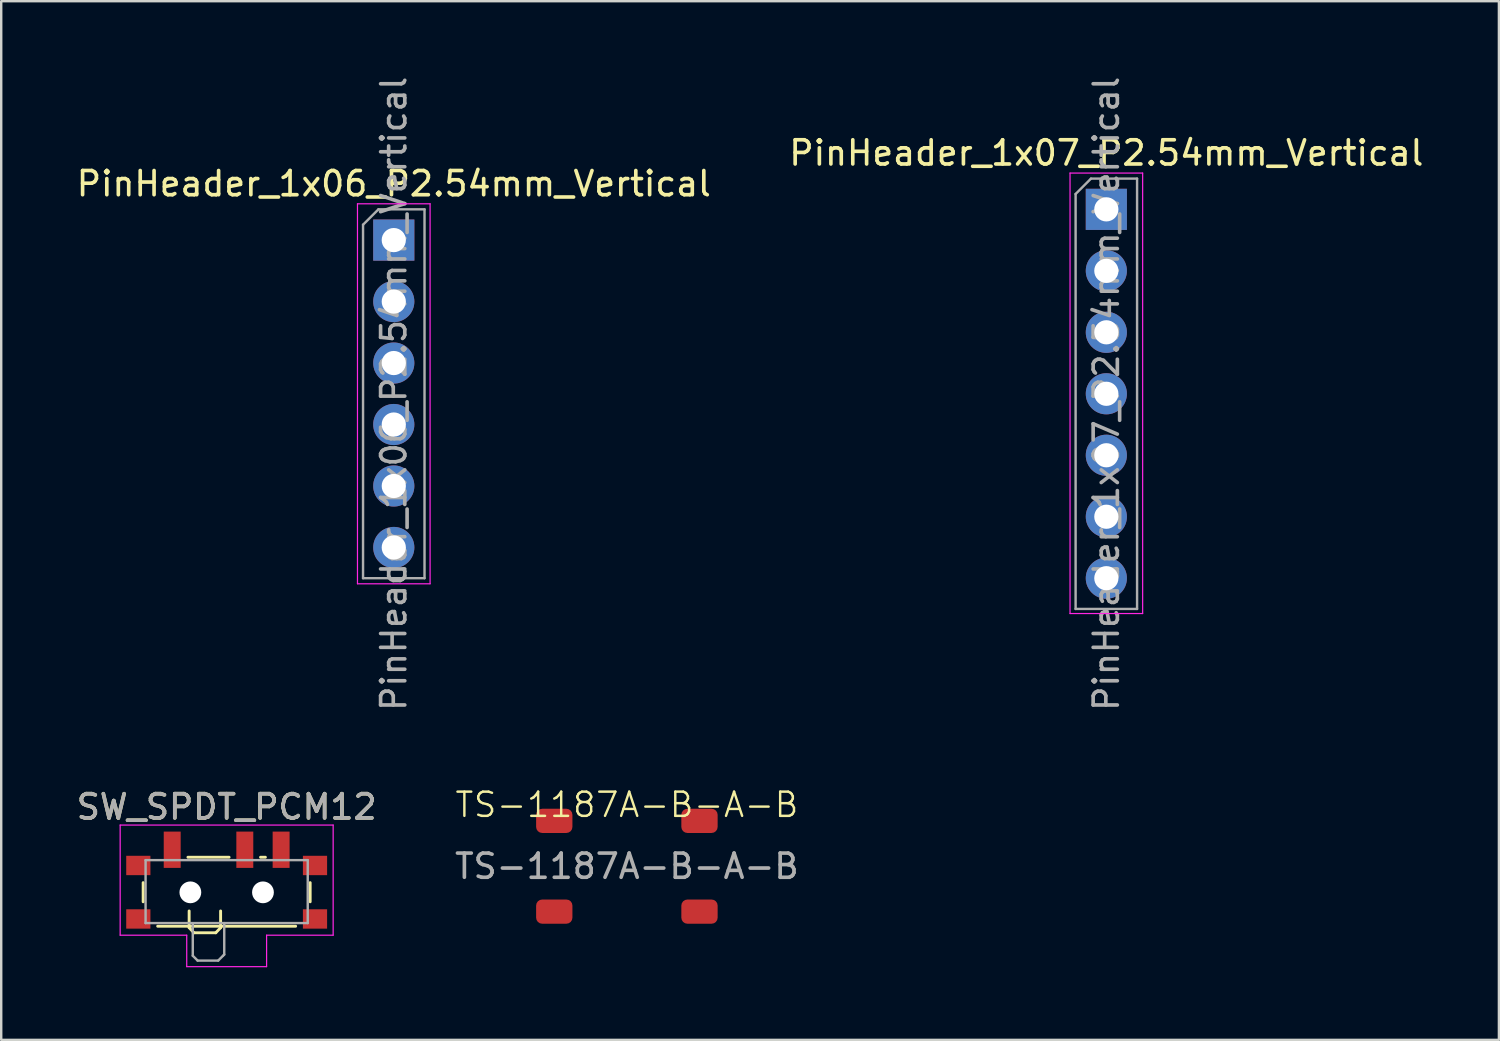
<source format=kicad_pcb>
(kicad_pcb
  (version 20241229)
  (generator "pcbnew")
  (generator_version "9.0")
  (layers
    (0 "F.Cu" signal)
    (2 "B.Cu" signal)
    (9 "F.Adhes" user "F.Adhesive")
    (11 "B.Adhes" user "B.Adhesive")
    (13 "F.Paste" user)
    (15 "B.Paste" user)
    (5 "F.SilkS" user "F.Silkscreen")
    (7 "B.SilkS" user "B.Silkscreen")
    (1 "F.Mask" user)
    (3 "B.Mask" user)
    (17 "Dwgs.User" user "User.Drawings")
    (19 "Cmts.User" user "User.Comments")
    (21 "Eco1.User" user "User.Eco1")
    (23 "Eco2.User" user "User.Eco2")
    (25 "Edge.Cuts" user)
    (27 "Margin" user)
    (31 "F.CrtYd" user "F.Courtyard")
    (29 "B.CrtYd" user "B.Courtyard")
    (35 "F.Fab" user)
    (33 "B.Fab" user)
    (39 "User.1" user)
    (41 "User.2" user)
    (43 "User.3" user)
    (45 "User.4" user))
  (footprint "TS-1187A-B-A-B"
    (layer "F.Cu")
    (at 22.851 32.741)
    (property "Reference" "TS-1187A-B-A-B" (at 0 -2.54 0) (unlocked yes) (layer "F.SilkS") (effects (font (size 1 1) (thickness 0.1))))
    (attr smd)
    (fp_text user "${REFERENCE}" (at 0 0 0) (unlocked yes) (layer "F.Fab") (effects (font (size 1 1) (thickness 0.15))))
    (pad "A" smd roundrect (at -3 -1.875) (size 1.5 1) (layers "F.Cu" "F.Mask" "F.Paste") (roundrect_rratio 0.25))
    (pad "B" smd roundrect (at 3 -1.875) (size 1.5 1) (layers "F.Cu" "F.Mask" "F.Paste") (roundrect_rratio 0.25))
    (pad "C" smd roundrect (at -3 1.875) (size 1.5 1) (layers "F.Cu" "F.Mask" "F.Paste") (roundrect_rratio 0.25))
    (pad "D" smd roundrect (at 3 1.875) (size 1.5 1) (layers "F.Cu" "F.Mask" "F.Paste") (roundrect_rratio 0.25)))
  (footprint "PinHeader_1x07_P2.54mm_Vertical"
    (layer "F.Cu")
    (at 42.661 5.6)
    (property "Reference" "PinHeader_1x07_P2.54mm_Vertical" (at 0 -2.33 0) (layer "F.SilkS") (effects (font (size 1 1) (thickness 0.15))))
    (attr through_hole)
    (fp_line (start -1.5 -1.5) (end -1.5 16.7) (stroke (width 0.05) (type solid)) (layer "F.CrtYd"))
    (fp_line (start -1.5 16.7) (end 1.5 16.7) (stroke (width 0.05) (type solid)) (layer "F.CrtYd"))
    (fp_line (start 1.5 -1.5) (end -1.5 -1.5) (stroke (width 0.05) (type solid)) (layer "F.CrtYd"))
    (fp_line (start 1.5 16.7) (end 1.5 -1.5) (stroke (width 0.05) (type solid)) (layer "F.CrtYd"))
    (fp_line (start -1.27 -0.635) (end -0.635 -1.27) (stroke (width 0.1) (type solid)) (layer "F.Fab"))
    (fp_line (start -1.27 16.51) (end -1.27 -0.635) (stroke (width 0.1) (type solid)) (layer "F.Fab"))
    (fp_line (start -0.635 -1.27) (end 1.27 -1.27) (stroke (width 0.1) (type solid)) (layer "F.Fab"))
    (fp_line (start 1.27 -1.27) (end 1.27 16.51) (stroke (width 0.1) (type solid)) (layer "F.Fab"))
    (fp_line (start 1.27 16.51) (end -1.27 16.51) (stroke (width 0.1) (type solid)) (layer "F.Fab"))
    (fp_text user "${REFERENCE}" (at 0 7.62 90) (layer "F.Fab") (effects (font (size 1 1) (thickness 0.15))))
    (pad "1" thru_hole rect (at 0 0) (size 1.7 1.7) (drill 1) (layers "*.Cu" "*.Mask"))
    (pad "2" thru_hole oval (at 0 2.54) (size 1.7 1.7) (drill 1) (layers "*.Cu" "*.Mask"))
    (pad "3" thru_hole oval (at 0 5.08) (size 1.7 1.7) (drill 1) (layers "*.Cu" "*.Mask"))
    (pad "4" thru_hole oval (at 0 7.62) (size 1.7 1.7) (drill 1) (layers "*.Cu" "*.Mask"))
    (pad "5" thru_hole oval (at 0 10.16) (size 1.7 1.7) (drill 1) (layers "*.Cu" "*.Mask"))
    (pad "6" thru_hole oval (at 0 12.7) (size 1.7 1.7) (drill 1) (layers "*.Cu" "*.Mask"))
    (pad "7" thru_hole oval (at 0 15.24) (size 1.7 1.7) (drill 1) (layers "*.Cu" "*.Mask")))
  (footprint "SW_SPDT_PCM12"
    (layer "F.Cu")
    (at 6.315 33.489)
    (property "Reference" "SW_SPDT_PCM12" (at 0 -3.2 0) (layer "F.SilkS") (effects (font (size 1 1) (thickness 0.15))))
    (attr smd)
    (fp_line (start -3.45 -0.07) (end -3.45 0.72) (stroke (width 0.12) (type solid)) (layer "F.SilkS"))
    (fp_line (start -2.85 1.73) (end 2.85 1.73) (stroke (width 0.12) (type solid)) (layer "F.SilkS"))
    (fp_line (start -1.6 -1.12) (end 0.1 -1.12) (stroke (width 0.12) (type solid)) (layer "F.SilkS"))
    (fp_line (start -1.55 1.1) (end -1.55 1.79) (stroke (width 0.12) (type solid)) (layer "F.SilkS"))
    (fp_line (start -1.55 1.79) (end -1.35 2) (stroke (width 0.12) (type solid)) (layer "F.SilkS"))
    (fp_line (start -1.35 2) (end -0.45 2) (stroke (width 0.12) (type solid)) (layer "F.SilkS"))
    (fp_line (start -0.25 1.79) (end -0.45 2) (stroke (width 0.12) (type solid)) (layer "F.SilkS"))
    (fp_line (start -0.25 1.79) (end -0.25 1.1) (stroke (width 0.12) (type solid)) (layer "F.SilkS"))
    (fp_line (start 1.4 -1.12) (end 1.6 -1.12) (stroke (width 0.12) (type solid)) (layer "F.SilkS"))
    (fp_line (start 3.45 0.72) (end 3.45 -0.07) (stroke (width 0.12) (type solid)) (layer "F.SilkS"))
    (fp_line (start -4.4 -2.45) (end 4.4 -2.45) (stroke (width 0.05) (type solid)) (layer "F.CrtYd"))
    (fp_line (start -4.4 2.1) (end -4.4 -2.45) (stroke (width 0.05) (type solid)) (layer "F.CrtYd"))
    (fp_line (start -1.65 2.1) (end -4.4 2.1) (stroke (width 0.05) (type solid)) (layer "F.CrtYd"))
    (fp_line (start -1.65 3.4) (end -1.65 2.1) (stroke (width 0.05) (type solid)) (layer "F.CrtYd"))
    (fp_line (start 1.65 2.1) (end 1.65 3.4) (stroke (width 0.05) (type solid)) (layer "F.CrtYd"))
    (fp_line (start 1.65 3.4) (end -1.65 3.4) (stroke (width 0.05) (type solid)) (layer "F.CrtYd"))
    (fp_line (start 4.4 -2.45) (end 4.4 2.1) (stroke (width 0.05) (type solid)) (layer "F.CrtYd"))
    (fp_line (start 4.4 2.1) (end 1.65 2.1) (stroke (width 0.05) (type solid)) (layer "F.CrtYd"))
    (fp_line (start -3.35 -1) (end -3.35 1.6) (stroke (width 0.1) (type solid)) (layer "F.Fab"))
    (fp_line (start -3.35 1.6) (end 3.35 1.6) (stroke (width 0.1) (type solid)) (layer "F.Fab"))
    (fp_line (start -1.4 1.65) (end -1.4 2.95) (stroke (width 0.1) (type solid)) (layer "F.Fab"))
    (fp_line (start -1.4 2.95) (end -1.2 3.15) (stroke (width 0.1) (type solid)) (layer "F.Fab"))
    (fp_line (start -1.2 3.15) (end -0.35 3.15) (stroke (width 0.1) (type solid)) (layer "F.Fab"))
    (fp_line (start -0.35 3.15) (end -0.15 2.95) (stroke (width 0.1) (type solid)) (layer "F.Fab"))
    (fp_line (start -0.15 2.95) (end -0.1 2.9) (stroke (width 0.1) (type solid)) (layer "F.Fab"))
    (fp_line (start -0.1 2.9) (end -0.1 1.6) (stroke (width 0.1) (type solid)) (layer "F.Fab"))
    (fp_line (start 3.35 -1) (end -3.35 -1) (stroke (width 0.1) (type solid)) (layer "F.Fab"))
    (fp_line (start 3.35 1.6) (end 3.35 -1) (stroke (width 0.1) (type solid)) (layer "F.Fab"))
    (fp_text user "${REFERENCE}" (at 0 -3.2 0) (layer "F.Fab") (effects (font (size 1 1) (thickness 0.15))))
    (pad "" smd rect (at -3.65 -0.78) (size 1 0.8) (layers "F.Cu" "F.Mask" "F.Paste"))
    (pad "" smd rect (at -3.65 1.43) (size 1 0.8) (layers "F.Cu" "F.Mask" "F.Paste"))
    (pad "" np_thru_hole circle (at -1.5 0.33) (size 0.9 0.9) (drill 0.9) (layers "*.Cu" "*.Mask"))
    (pad "" np_thru_hole circle (at 1.5 0.33) (size 0.9 0.9) (drill 0.9) (layers "*.Cu" "*.Mask"))
    (pad "" smd rect (at 3.65 -0.78) (size 1 0.8) (layers "F.Cu" "F.Mask" "F.Paste"))
    (pad "" smd rect (at 3.65 1.43) (size 1 0.8) (layers "F.Cu" "F.Mask" "F.Paste"))
    (pad "1" smd rect (at -2.25 -1.43) (size 0.7 1.5) (layers "F.Cu" "F.Mask" "F.Paste"))
    (pad "2" smd rect (at 0.75 -1.43) (size 0.7 1.5) (layers "F.Cu" "F.Mask" "F.Paste"))
    (pad "3" smd rect (at 2.25 -1.43) (size 0.7 1.5) (layers "F.Cu" "F.Mask" "F.Paste")))
  (footprint "PinHeader_1x06_P2.54mm_Vertical"
    (layer "F.Cu")
    (at 13.22 6.87)
    (property "Reference" "PinHeader_1x06_P2.54mm_Vertical" (at 0 -2.33 0) (layer "F.SilkS") (effects (font (size 1 1) (thickness 0.15))))
    (attr through_hole)
    (fp_line (start -1.5 -1.5) (end -1.5 14.2) (stroke (width 0.05) (type solid)) (layer "F.CrtYd"))
    (fp_line (start -1.5 14.2) (end 1.5 14.2) (stroke (width 0.05) (type solid)) (layer "F.CrtYd"))
    (fp_line (start 1.5 -1.5) (end -1.5 -1.5) (stroke (width 0.05) (type solid)) (layer "F.CrtYd"))
    (fp_line (start 1.5 14.2) (end 1.5 -1.5) (stroke (width 0.05) (type solid)) (layer "F.CrtYd"))
    (fp_line (start -1.27 -0.635) (end -0.635 -1.27) (stroke (width 0.1) (type solid)) (layer "F.Fab"))
    (fp_line (start -1.27 13.97) (end -1.27 -0.635) (stroke (width 0.1) (type solid)) (layer "F.Fab"))
    (fp_line (start -0.635 -1.27) (end 1.27 -1.27) (stroke (width 0.1) (type solid)) (layer "F.Fab"))
    (fp_line (start 1.27 -1.27) (end 1.27 13.97) (stroke (width 0.1) (type solid)) (layer "F.Fab"))
    (fp_line (start 1.27 13.97) (end -1.27 13.97) (stroke (width 0.1) (type solid)) (layer "F.Fab"))
    (fp_text user "${REFERENCE}" (at 0 6.35 90) (layer "F.Fab") (effects (font (size 1 1) (thickness 0.15))))
    (pad "1" thru_hole rect (at 0 0) (size 1.7 1.7) (drill 1) (layers "*.Cu" "*.Mask"))
    (pad "2" thru_hole oval (at 0 2.54) (size 1.7 1.7) (drill 1) (layers "*.Cu" "*.Mask"))
    (pad "3" thru_hole oval (at 0 5.08) (size 1.7 1.7) (drill 1) (layers "*.Cu" "*.Mask"))
    (pad "4" thru_hole oval (at 0 7.62) (size 1.7 1.7) (drill 1) (layers "*.Cu" "*.Mask"))
    (pad "5" thru_hole oval (at 0 10.16) (size 1.7 1.7) (drill 1) (layers "*.Cu" "*.Mask"))
    (pad "6" thru_hole oval (at 0 12.7) (size 1.7 1.7) (drill 1) (layers "*.Cu" "*.Mask")))
  (gr_rect
    (start -3 -3)
    (end 58.881 39.914)
    (stroke (width 0.1) (type default))
    (fill no)
    (layer "Edge.Cuts")))
</source>
